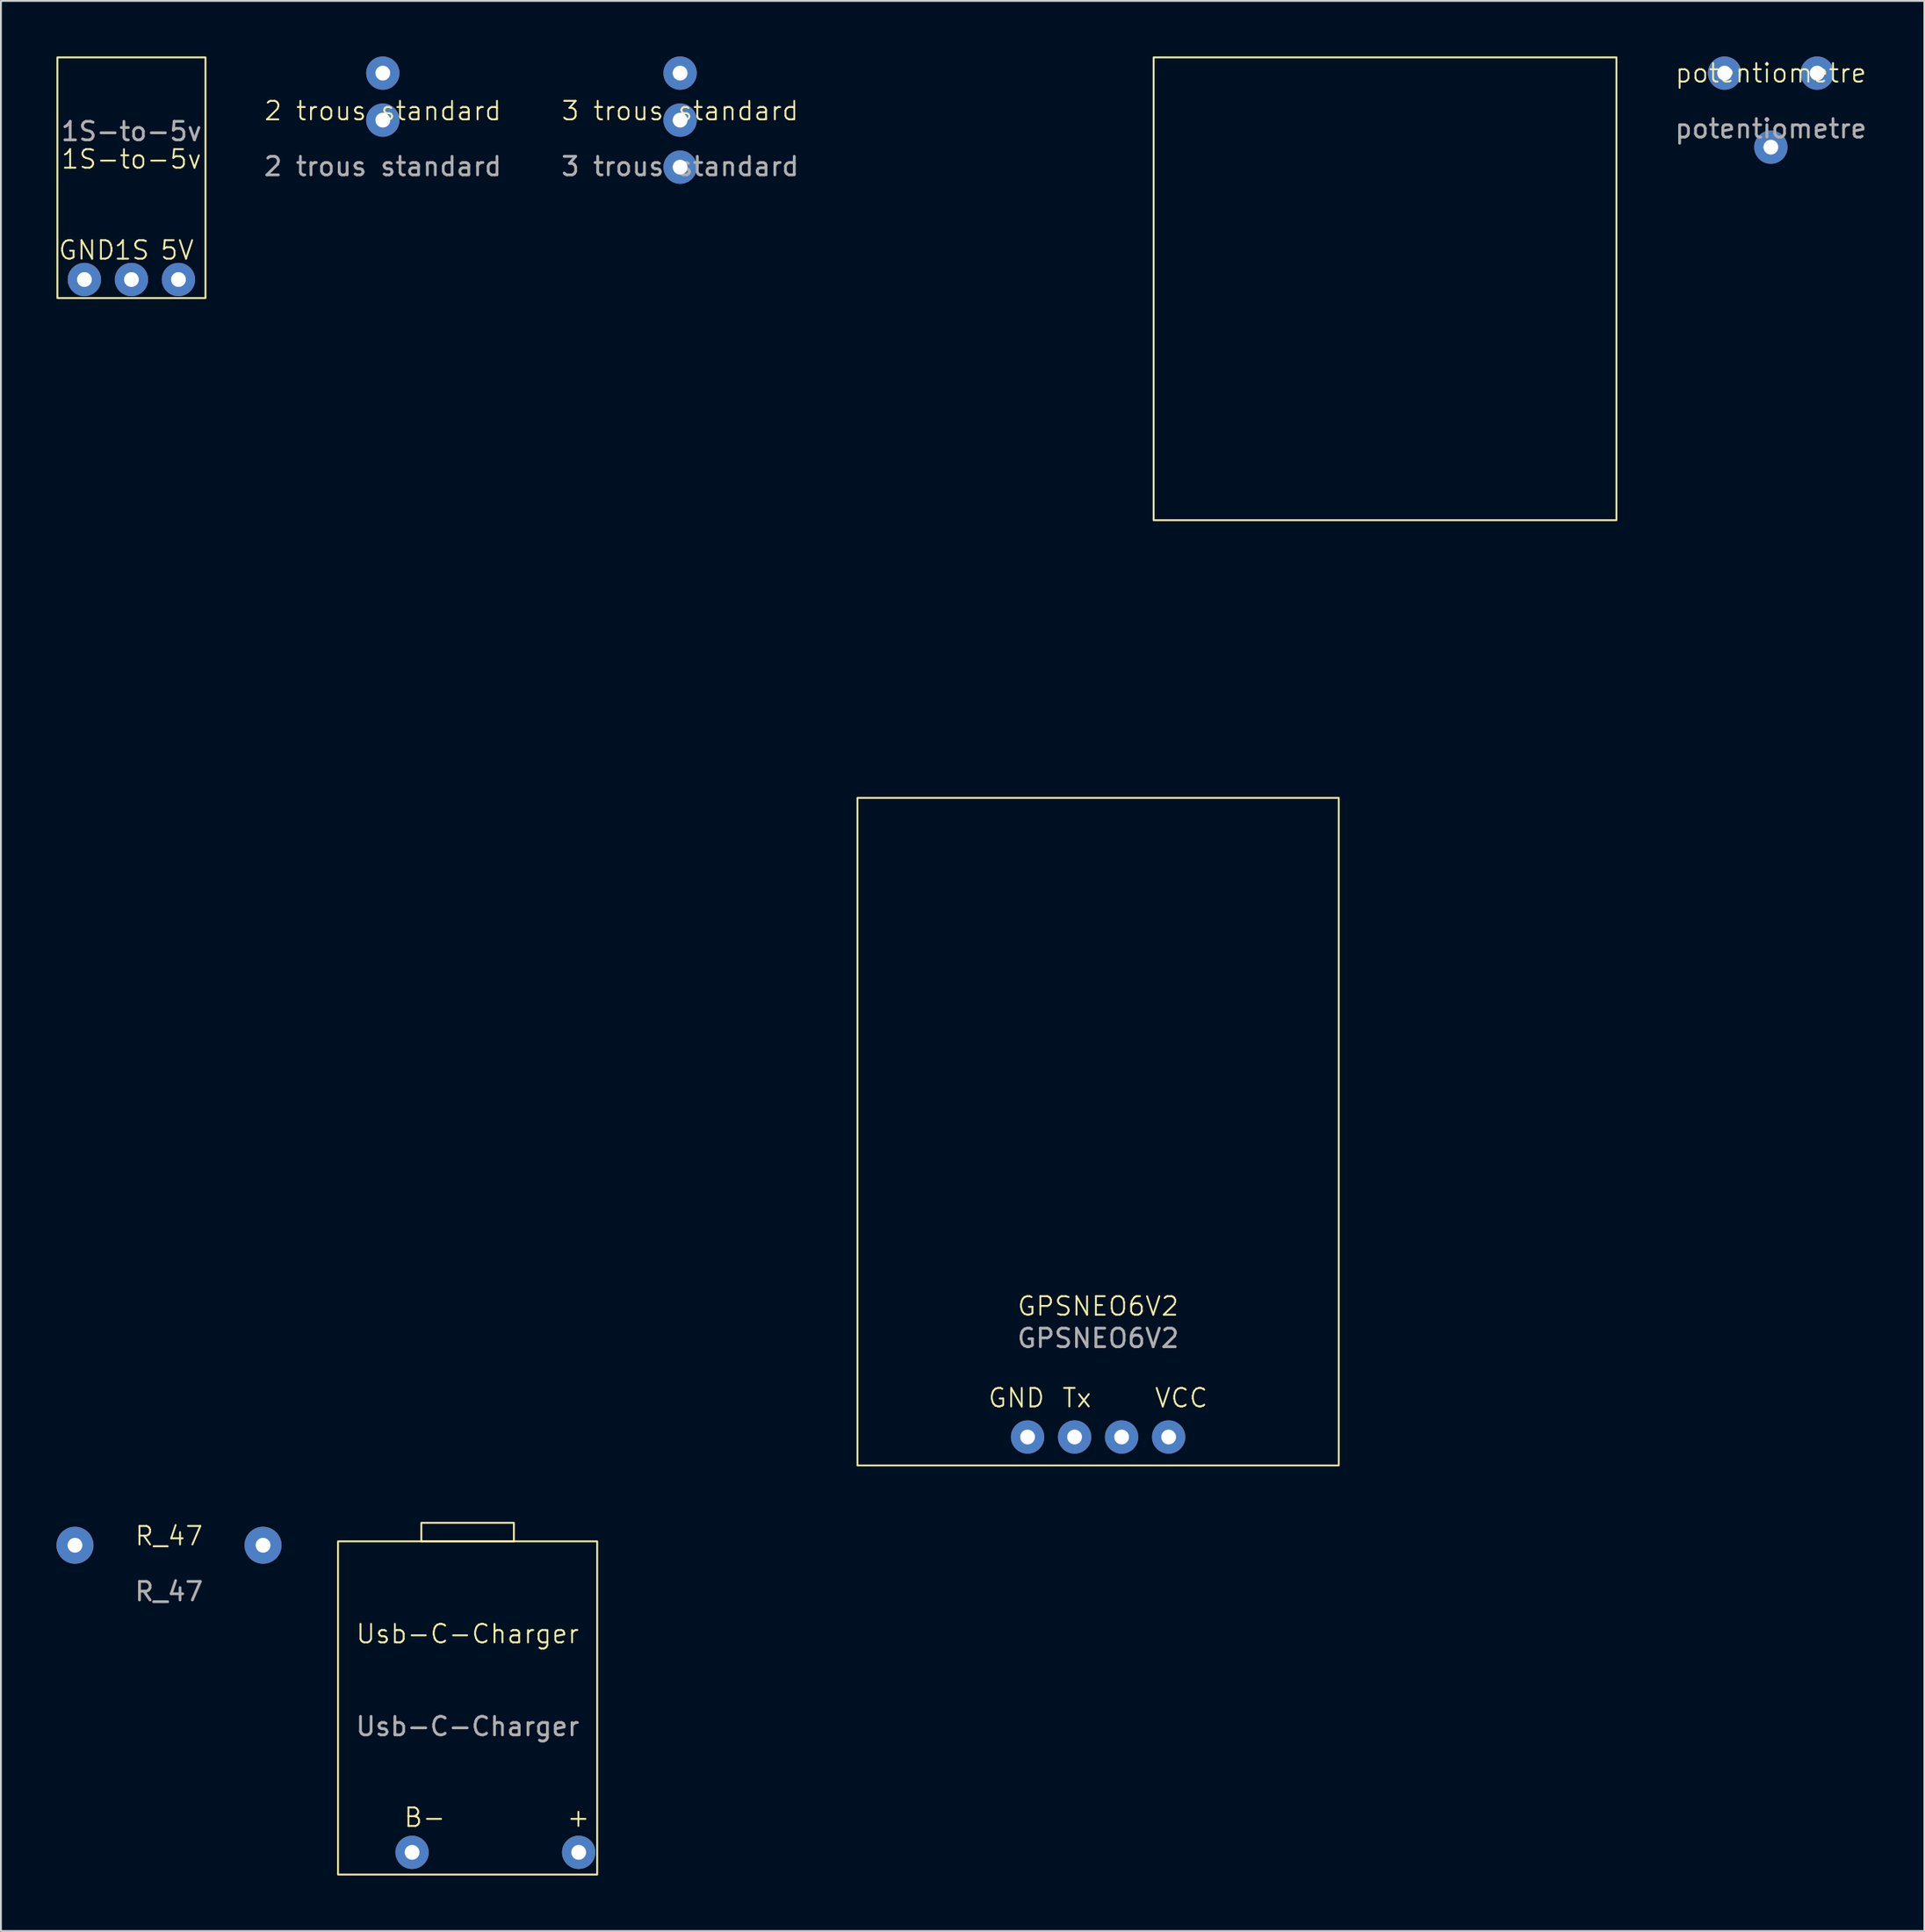
<source format=kicad_pcb>
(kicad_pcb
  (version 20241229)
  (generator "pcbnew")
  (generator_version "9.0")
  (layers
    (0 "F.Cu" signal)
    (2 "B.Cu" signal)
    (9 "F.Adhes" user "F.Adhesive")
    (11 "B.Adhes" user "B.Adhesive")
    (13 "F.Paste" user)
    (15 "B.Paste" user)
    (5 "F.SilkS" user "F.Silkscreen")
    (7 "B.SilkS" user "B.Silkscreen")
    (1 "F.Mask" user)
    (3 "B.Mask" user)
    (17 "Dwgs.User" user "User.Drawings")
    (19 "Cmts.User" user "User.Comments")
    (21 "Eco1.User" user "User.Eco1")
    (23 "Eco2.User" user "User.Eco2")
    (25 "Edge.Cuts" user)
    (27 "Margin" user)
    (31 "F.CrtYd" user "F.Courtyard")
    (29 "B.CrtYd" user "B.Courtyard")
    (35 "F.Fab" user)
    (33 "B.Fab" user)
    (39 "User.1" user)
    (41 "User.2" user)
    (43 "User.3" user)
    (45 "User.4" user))
  (footprint "Usb-C-Charger"
    (layer "F.Cu")
    (at 22.21 89.21)
    (property "Reference" "Usb-C-Charger" (at 0 -4 0) (unlocked yes) (layer "F.SilkS") (effects (font (size 1 1) (thickness 0.1))))
    (attr through_hole)
    (fp_rect (start -7 -9) (end 7 9) (stroke (width 0.1) (type default)) (fill no) (layer "F.SilkS"))
    (fp_rect (start -2.5 -10) (end 2.5 -9) (stroke (width 0.1) (type default)) (fill no) (layer "F.SilkS"))
    (fp_text user "B-" (at -3.5 6.5 0) (unlocked yes) (layer "F.SilkS") (effects (font (size 1 1) (thickness 0.1)) (justify left bottom)))
    (fp_text user "+" (at 5.3 6.5 0) (unlocked yes) (layer "F.SilkS") (effects (font (size 1 1) (thickness 0.1)) (justify left bottom)))
    (fp_text user "${REFERENCE}" (at 0 1 0) (unlocked yes) (layer "F.Fab") (effects (font (size 1 1) (thickness 0.15))))
    (pad "1" thru_hole circle (at -3 7.8) (size 1.8 1.8) (drill 0.8) (layers "*.Cu" "*.Mask"))
    (pad "2" thru_hole circle (at 6 7.8) (size 1.8 1.8) (drill 0.8) (layers "*.Cu" "*.Mask")))
  (footprint "3 trous standard"
    (layer "F.Cu")
    (at 33.689 3.44)
    (property "Reference" "3 trous standard" (at 0 -0.5 0) (unlocked yes) (layer "F.SilkS") (effects (font (size 1 1) (thickness 0.1))))
    (attr through_hole)
    (fp_text user "${REFERENCE}" (at 0 2.5 0) (unlocked yes) (layer "F.Fab") (effects (font (size 1 1) (thickness 0.15))))
    (pad "1" thru_hole circle (at 0 0) (size 1.8 1.8) (drill 0.8) (layers "*.Cu" "*.Mask"))
    (pad "2" thru_hole circle (at 0 -2.54) (size 1.8 1.8) (drill 0.8) (layers "*.Cu" "*.Mask"))
    (pad "3" thru_hole circle (at 0 2.54) (size 1.8 1.8) (drill 0.8) (layers "*.Cu" "*.Mask")))
  (footprint "GPSNEO6V2"
    (layer "F.Cu")
    (at 56.269 73.05)
    (property "Reference" "GPSNEO6V2" (at 0 -5.54 0) (unlocked yes) (layer "F.SilkS") (effects (font (size 1 1) (thickness 0.1))))
    (attr through_hole)
    (fp_rect (start -13 -33) (end 13 3.06) (stroke (width 0.1) (type default)) (fill no) (layer "F.SilkS"))
    (fp_rect (start 3 -73) (end 28 -48) (stroke (width 0.1) (type default)) (fill no) (layer "F.SilkS"))
    (fp_text user "Tx" (at -2 0 0) (unlocked yes) (layer "F.SilkS") (effects (font (size 1 1) (thickness 0.1)) (justify left bottom)))
    (fp_text user "VCC" (at 3 0 0) (unlocked yes) (layer "F.SilkS") (effects (font (size 1 1) (thickness 0.1)) (justify left bottom)))
    (fp_text user "GND" (at -6 0 0) (unlocked yes) (layer "F.SilkS") (effects (font (size 1 1) (thickness 0.1)) (justify left bottom)))
    (fp_text user "${REFERENCE}" (at 0 -3.81 0) (unlocked yes) (layer "F.Fab") (effects (font (size 1 1) (thickness 0.15))))
    (pad "1" thru_hole circle (at -3.81 1.524) (size 1.8 1.8) (drill 0.8) (layers "*.Cu" "*.Mask"))
    (pad "2" thru_hole circle (at -1.27 1.524) (size 1.8 1.8) (drill 0.8) (layers "*.Cu" "*.Mask"))
    (pad "3" thru_hole circle (at 1.27 1.524) (size 1.8 1.8) (drill 0.8) (layers "*.Cu" "*.Mask"))
    (pad "4" thru_hole circle (at 3.81 1.524) (size 1.8 1.8) (drill 0.8) (layers "*.Cu" "*.Mask")))
  (footprint "2 trous standard"
    (layer "F.Cu")
    (at 17.63 3.44)
    (property "Reference" "2 trous standard" (at 0 -0.5 0) (unlocked yes) (layer "F.SilkS") (effects (font (size 1 1) (thickness 0.1))))
    (attr through_hole)
    (fp_text user "${REFERENCE}" (at 0 2.5 0) (unlocked yes) (layer "F.Fab") (effects (font (size 1 1) (thickness 0.15))))
    (pad "1" thru_hole circle (at 0 0) (size 1.8 1.8) (drill 0.8) (layers "*.Cu" "*.Mask"))
    (pad "2" thru_hole circle (at 0 -2.54) (size 1.8 1.8) (drill 0.8) (layers "*.Cu" "*.Mask")))
  (footprint "potentiometre"
    (layer "F.Cu")
    (at 92.611 1.4)
    (property "Reference" "potentiometre" (at 0 -0.5 0) (unlocked yes) (layer "F.SilkS") (effects (font (size 1 1) (thickness 0.1))))
    (attr through_hole)
    (fp_text user "${REFERENCE}" (at 0 2.5 0) (unlocked yes) (layer "F.Fab") (effects (font (size 1 1) (thickness 0.15))))
    (pad "1" thru_hole circle (at -2.5 -0.5) (size 1.8 1.8) (drill 0.8) (layers "*.Cu" "*.Mask"))
    (pad "2" thru_hole circle (at 0 3.5) (size 1.8 1.8) (drill 0.8) (layers "*.Cu" "*.Mask"))
    (pad "3" thru_hole circle (at 2.5 -0.5) (size 1.8 1.8) (drill 0.8) (layers "*.Cu" "*.Mask")))
  (footprint "1S-to-5v"
    (layer "F.Cu")
    (at 4.05 8.05)
    (property "Reference" "1S-to-5v" (at 0 -2.5 0) (unlocked yes) (layer "F.SilkS") (effects (font (size 1 1) (thickness 0.1))))
    (attr through_hole)
    (fp_rect (start -4 -8) (end 4 5) (stroke (width 0.1) (type default)) (fill no) (layer "F.SilkS"))
    (fp_text user "5V" (at 1.5 3 0) (unlocked yes) (layer "F.SilkS") (effects (font (size 1 1) (thickness 0.1)) (justify left bottom)))
    (fp_text user "GND" (at -4 3 0) (unlocked yes) (layer "F.SilkS") (effects (font (size 1 1) (thickness 0.1)) (justify left bottom)))
    (fp_text user "1S" (at -1 3 0) (unlocked yes) (layer "F.SilkS") (effects (font (size 1 1) (thickness 0.1)) (justify left bottom)))
    (fp_text user "${REFERENCE}" (at 0 -4 0) (unlocked yes) (layer "F.Fab") (effects (font (size 1 1) (thickness 0.15))))
    (pad "1" thru_hole circle (at -2.54 4) (size 1.8 1.8) (drill 0.8) (layers "*.Cu" "*.Mask"))
    (pad "2" thru_hole circle (at 0 4) (size 1.8 1.8) (drill 0.8) (layers "*.Cu" "*.Mask"))
    (pad "3" thru_hole circle (at 2.54 4) (size 1.8 1.8) (drill 0.8) (layers "*.Cu" "*.Mask")))
  (footprint "R_47"
    (layer "F.Cu")
    (at 6.08 80.421)
    (property "Reference" "R_47" (at 0 -0.5 0) (unlocked yes) (layer "F.SilkS") (effects (font (size 1 1) (thickness 0.1))))
    (attr through_hole)
    (fp_text user "${REFERENCE}" (at 0 2.5 0) (unlocked yes) (layer "F.Fab") (effects (font (size 1 1) (thickness 0.15))))
    (pad "1" thru_hole circle (at 5.08 0) (size 2 2) (drill 0.8) (layers "*.Cu" "*.Mask"))
    (pad "2" thru_hole circle (at -5.08 0) (size 2 2) (drill 0.8) (layers "*.Cu" "*.Mask")))
  (gr_rect
    (start -3 -3)
    (end 100.902 101.26)
    (stroke (width 0.1) (type default))
    (fill no)
    (layer "Edge.Cuts")))
</source>
